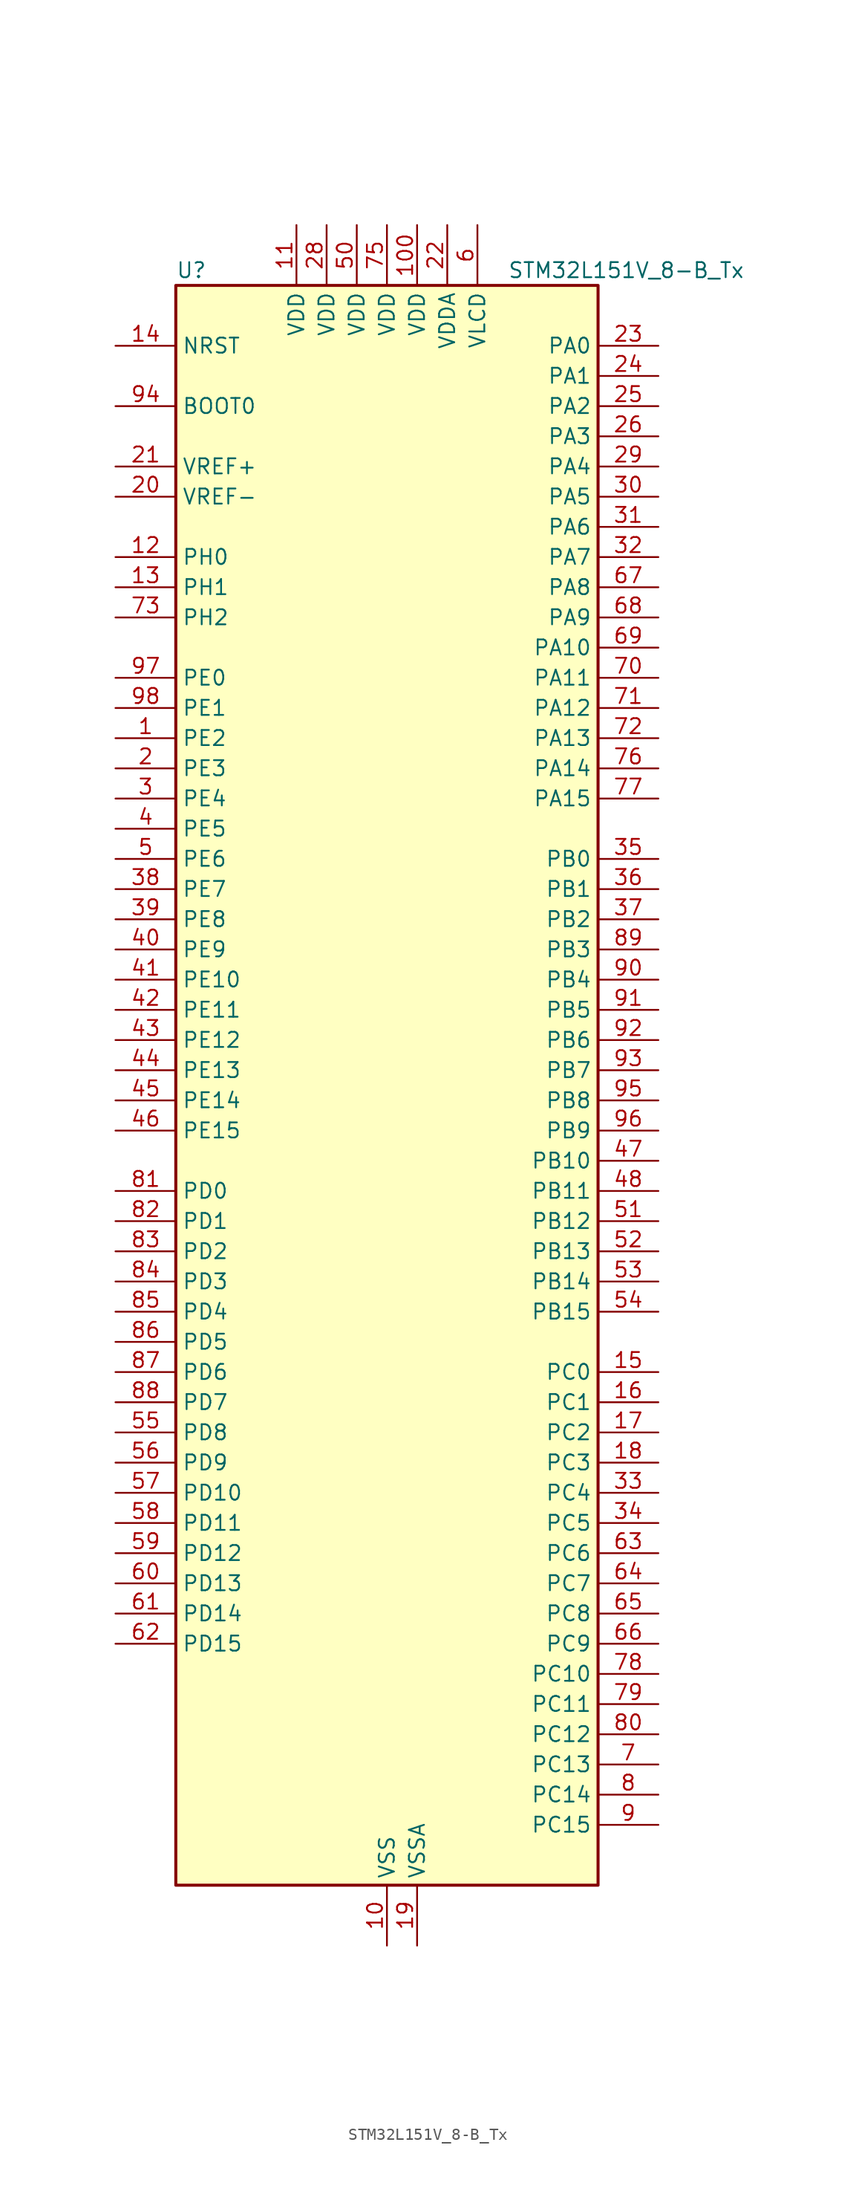
<source format=kicad_sym>
(kicad_symbol_lib
  (version 20241209)
  (generator "kicad_symbol_editor")
  (generator_version "9.0")
  (symbol "STM32L151V_8-B_Tx"
    (property "Reference" "U"
      (at -17.78 69.85 0)
      (effects (font (size 1.27 1.27)) (justify left)))
    (property "Value" "STM32L151V_8-B_Tx"
      (at 10.16 69.85 0)
      (effects (font (size 1.27 1.27)) (justify left)))
    (symbol "STM32L151V_8-B_Tx_0_1"
      (rectangle (start -17.78 -66.04) (end 17.78 68.58) (stroke (width 0.254) (type default)) (fill (type background))))
    (symbol "STM32L151V_8-B_Tx_1_1"
      (pin input line (at -22.86 63.5 0) (length 5.08) (name "NRST" (effects (font (size 1.27 1.27)))) (number "14" (effects (font (size 1.27 1.27)))))
      (pin input line (at -22.86 58.42 0) (length 5.08) (name "BOOT0" (effects (font (size 1.27 1.27)))) (number "94" (effects (font (size 1.27 1.27)))))
      (pin input line (at -22.86 53.34 0) (length 5.08) (name "VREF+" (effects (font (size 1.27 1.27)))) (number "21" (effects (font (size 1.27 1.27)))))
      (pin input line (at -22.86 50.8 0) (length 5.08) (name "VREF-" (effects (font (size 1.27 1.27)))) (number "20" (effects (font (size 1.27 1.27)))))
      (pin bidirectional line (at -22.86 45.72 0) (length 5.08) (name "PH0" (effects (font (size 1.27 1.27)))) (number "12" (effects (font (size 1.27 1.27)))) (alternate "RCC_OSC_IN" bidirectional line))
      (pin bidirectional line (at -22.86 43.18 0) (length 5.08) (name "PH1" (effects (font (size 1.27 1.27)))) (number "13" (effects (font (size 1.27 1.27)))) (alternate "RCC_OSC_OUT" bidirectional line))
      (pin bidirectional line (at -22.86 40.64 0) (length 5.08) (name "PH2" (effects (font (size 1.27 1.27)))) (number "73" (effects (font (size 1.27 1.27)))))
      (pin bidirectional line (at -22.86 35.56 0) (length 5.08) (name "PE0" (effects (font (size 1.27 1.27)))) (number "97" (effects (font (size 1.27 1.27)))) (alternate "TIM10_CH1" bidirectional line) (alternate "TIM4_ETR" bidirectional line) (alternate "TIMX_IC1" bidirectional line))
      (pin bidirectional line (at -22.86 33.02 0) (length 5.08) (name "PE1" (effects (font (size 1.27 1.27)))) (number "98" (effects (font (size 1.27 1.27)))) (alternate "TIM11_CH1" bidirectional line) (alternate "TIMX_IC2" bidirectional line))
      (pin bidirectional line (at -22.86 30.48 0) (length 5.08) (name "PE2" (effects (font (size 1.27 1.27)))) (number "1" (effects (font (size 1.27 1.27)))) (alternate "SYS_TRACECK" bidirectional line) (alternate "TIM3_ETR" bidirectional line) (alternate "TIMX_IC3" bidirectional line))
      (pin bidirectional line (at -22.86 27.94 0) (length 5.08) (name "PE3" (effects (font (size 1.27 1.27)))) (number "2" (effects (font (size 1.27 1.27)))) (alternate "SYS_TRACED0" bidirectional line) (alternate "TIM3_CH1" bidirectional line) (alternate "TIMX_IC4" bidirectional line))
      (pin bidirectional line (at -22.86 25.4 0) (length 5.08) (name "PE4" (effects (font (size 1.27 1.27)))) (number "3" (effects (font (size 1.27 1.27)))) (alternate "SYS_TRACED1" bidirectional line) (alternate "TIM3_CH2" bidirectional line) (alternate "TIMX_IC1" bidirectional line))
      (pin bidirectional line (at -22.86 22.86 0) (length 5.08) (name "PE5" (effects (font (size 1.27 1.27)))) (number "4" (effects (font (size 1.27 1.27)))) (alternate "SYS_TRACED2" bidirectional line) (alternate "TIM9_CH1" bidirectional line) (alternate "TIMX_IC2" bidirectional line))
      (pin bidirectional line (at -22.86 20.32 0) (length 5.08) (name "PE6" (effects (font (size 1.27 1.27)))) (number "5" (effects (font (size 1.27 1.27)))) (alternate "SYS_TRACED3" bidirectional line) (alternate "SYS_WKUP3" bidirectional line) (alternate "TIM9_CH2" bidirectional line) (alternate "TIMX_IC3" bidirectional line))
      (pin bidirectional line (at -22.86 17.78 0) (length 5.08) (name "PE7" (effects (font (size 1.27 1.27)))) (number "38" (effects (font (size 1.27 1.27)))) (alternate "ADC_IN22" bidirectional line) (alternate "COMP1_INP" bidirectional line) (alternate "TIMX_IC4" bidirectional line))
      (pin bidirectional line (at -22.86 15.24 0) (length 5.08) (name "PE8" (effects (font (size 1.27 1.27)))) (number "39" (effects (font (size 1.27 1.27)))) (alternate "ADC_IN23" bidirectional line) (alternate "COMP1_INP" bidirectional line) (alternate "TIMX_IC1" bidirectional line))
      (pin bidirectional line (at -22.86 12.7 0) (length 5.08) (name "PE9" (effects (font (size 1.27 1.27)))) (number "40" (effects (font (size 1.27 1.27)))) (alternate "ADC_IN24" bidirectional line) (alternate "COMP1_INP" bidirectional line) (alternate "DAC_EXTI9" bidirectional line) (alternate "TIM2_CH1" bidirectional line) (alternate "TIM2_ETR" bidirectional line) (alternate "TIMX_IC2" bidirectional line))
      (pin bidirectional line (at -22.86 10.16 0) (length 5.08) (name "PE10" (effects (font (size 1.27 1.27)))) (number "41" (effects (font (size 1.27 1.27)))) (alternate "ADC_IN25" bidirectional line) (alternate "COMP1_INP" bidirectional line) (alternate "TIM2_CH2" bidirectional line) (alternate "TIMX_IC3" bidirectional line))
      (pin bidirectional line (at -22.86 7.62 0) (length 5.08) (name "PE11" (effects (font (size 1.27 1.27)))) (number "42" (effects (font (size 1.27 1.27)))) (alternate "ADC_EXTI11" bidirectional line) (alternate "TIM2_CH3" bidirectional line) (alternate "TIMX_IC4" bidirectional line))
      (pin bidirectional line (at -22.86 5.08 0) (length 5.08) (name "PE12" (effects (font (size 1.27 1.27)))) (number "43" (effects (font (size 1.27 1.27)))) (alternate "SPI1_NSS" bidirectional line) (alternate "TIM2_CH4" bidirectional line) (alternate "TIMX_IC1" bidirectional line))
      (pin bidirectional line (at -22.86 2.54 0) (length 5.08) (name "PE13" (effects (font (size 1.27 1.27)))) (number "44" (effects (font (size 1.27 1.27)))) (alternate "SPI1_SCK" bidirectional line) (alternate "TIMX_IC2" bidirectional line))
      (pin bidirectional line (at -22.86 0 0) (length 5.08) (name "PE14" (effects (font (size 1.27 1.27)))) (number "45" (effects (font (size 1.27 1.27)))) (alternate "SPI1_MISO" bidirectional line) (alternate "TIMX_IC3" bidirectional line))
      (pin bidirectional line (at -22.86 -2.54 0) (length 5.08) (name "PE15" (effects (font (size 1.27 1.27)))) (number "46" (effects (font (size 1.27 1.27)))) (alternate "ADC_EXTI15" bidirectional line) (alternate "SPI1_MOSI" bidirectional line) (alternate "TIMX_IC4" bidirectional line))
      (pin bidirectional line (at -22.86 -7.62 0) (length 5.08) (name "PD0" (effects (font (size 1.27 1.27)))) (number "81" (effects (font (size 1.27 1.27)))) (alternate "SPI2_NSS" bidirectional line) (alternate "TIM9_CH1" bidirectional line) (alternate "TIMX_IC1" bidirectional line))
      (pin bidirectional line (at -22.86 -10.16 0) (length 5.08) (name "PD1" (effects (font (size 1.27 1.27)))) (number "82" (effects (font (size 1.27 1.27)))) (alternate "SPI2_SCK" bidirectional line) (alternate "TIMX_IC2" bidirectional line))
      (pin bidirectional line (at -22.86 -12.7 0) (length 5.08) (name "PD2" (effects (font (size 1.27 1.27)))) (number "83" (effects (font (size 1.27 1.27)))) (alternate "TIM3_ETR" bidirectional line) (alternate "TIMX_IC3" bidirectional line))
      (pin bidirectional line (at -22.86 -15.24 0) (length 5.08) (name "PD3" (effects (font (size 1.27 1.27)))) (number "84" (effects (font (size 1.27 1.27)))) (alternate "SPI2_MISO" bidirectional line) (alternate "TIMX_IC4" bidirectional line) (alternate "USART2_CTS" bidirectional line))
      (pin bidirectional line (at -22.86 -17.78 0) (length 5.08) (name "PD4" (effects (font (size 1.27 1.27)))) (number "85" (effects (font (size 1.27 1.27)))) (alternate "SPI2_MOSI" bidirectional line) (alternate "TIMX_IC1" bidirectional line) (alternate "USART2_RTS" bidirectional line))
      (pin bidirectional line (at -22.86 -20.32 0) (length 5.08) (name "PD5" (effects (font (size 1.27 1.27)))) (number "86" (effects (font (size 1.27 1.27)))) (alternate "TIMX_IC2" bidirectional line) (alternate "USART2_TX" bidirectional line))
      (pin bidirectional line (at -22.86 -22.86 0) (length 5.08) (name "PD6" (effects (font (size 1.27 1.27)))) (number "87" (effects (font (size 1.27 1.27)))) (alternate "TIMX_IC3" bidirectional line) (alternate "USART2_RX" bidirectional line))
      (pin bidirectional line (at -22.86 -25.4 0) (length 5.08) (name "PD7" (effects (font (size 1.27 1.27)))) (number "88" (effects (font (size 1.27 1.27)))) (alternate "TIM9_CH2" bidirectional line) (alternate "TIMX_IC4" bidirectional line) (alternate "USART2_CK" bidirectional line))
      (pin bidirectional line (at -22.86 -27.94 0) (length 5.08) (name "PD8" (effects (font (size 1.27 1.27)))) (number "55" (effects (font (size 1.27 1.27)))) (alternate "TIMX_IC1" bidirectional line) (alternate "USART3_TX" bidirectional line))
      (pin bidirectional line (at -22.86 -30.48 0) (length 5.08) (name "PD9" (effects (font (size 1.27 1.27)))) (number "56" (effects (font (size 1.27 1.27)))) (alternate "DAC_EXTI9" bidirectional line) (alternate "TIMX_IC2" bidirectional line) (alternate "USART3_RX" bidirectional line))
      (pin bidirectional line (at -22.86 -33.02 0) (length 5.08) (name "PD10" (effects (font (size 1.27 1.27)))) (number "57" (effects (font (size 1.27 1.27)))) (alternate "TIMX_IC3" bidirectional line) (alternate "USART3_CK" bidirectional line))
      (pin bidirectional line (at -22.86 -35.56 0) (length 5.08) (name "PD11" (effects (font (size 1.27 1.27)))) (number "58" (effects (font (size 1.27 1.27)))) (alternate "ADC_EXTI11" bidirectional line) (alternate "TIMX_IC4" bidirectional line) (alternate "USART3_CTS" bidirectional line))
      (pin bidirectional line (at -22.86 -38.1 0) (length 5.08) (name "PD12" (effects (font (size 1.27 1.27)))) (number "59" (effects (font (size 1.27 1.27)))) (alternate "TIM4_CH1" bidirectional line) (alternate "TIMX_IC1" bidirectional line) (alternate "USART3_RTS" bidirectional line))
      (pin bidirectional line (at -22.86 -40.64 0) (length 5.08) (name "PD13" (effects (font (size 1.27 1.27)))) (number "60" (effects (font (size 1.27 1.27)))) (alternate "TIM4_CH2" bidirectional line) (alternate "TIMX_IC2" bidirectional line))
      (pin bidirectional line (at -22.86 -43.18 0) (length 5.08) (name "PD14" (effects (font (size 1.27 1.27)))) (number "61" (effects (font (size 1.27 1.27)))) (alternate "TIM4_CH3" bidirectional line) (alternate "TIMX_IC3" bidirectional line))
      (pin bidirectional line (at -22.86 -45.72 0) (length 5.08) (name "PD15" (effects (font (size 1.27 1.27)))) (number "62" (effects (font (size 1.27 1.27)))) (alternate "ADC_EXTI15" bidirectional line) (alternate "TIM4_CH4" bidirectional line) (alternate "TIMX_IC4" bidirectional line))
      (pin power_in line (at -7.62 73.66 270) (length 5.08) (name "VDD" (effects (font (size 1.27 1.27)))) (number "11" (effects (font (size 1.27 1.27)))))
      (pin power_in line (at -5.08 73.66 270) (length 5.08) (name "VDD" (effects (font (size 1.27 1.27)))) (number "28" (effects (font (size 1.27 1.27)))))
      (pin power_in line (at -2.54 73.66 270) (length 5.08) (name "VDD" (effects (font (size 1.27 1.27)))) (number "50" (effects (font (size 1.27 1.27)))))
      (pin power_in line (at 0 73.66 270) (length 5.08) (name "VDD" (effects (font (size 1.27 1.27)))) (number "75" (effects (font (size 1.27 1.27)))))
      (pin power_in line (at 0 -71.12 90) (length 5.08) (name "VSS" (effects (font (size 1.27 1.27)))) (number "10" (effects (font (size 1.27 1.27)))))
      (pin passive line (at 0 -71.12 90) (length 5.08) (hide yes) (name "VSS" (effects (font (size 1.27 1.27)))) (number "27" (effects (font (size 1.27 1.27)))))
      (pin passive line (at 0 -71.12 90) (length 5.08) (hide yes) (name "VSS" (effects (font (size 1.27 1.27)))) (number "49" (effects (font (size 1.27 1.27)))))
      (pin passive line (at 0 -71.12 90) (length 5.08) (hide yes) (name "VSS" (effects (font (size 1.27 1.27)))) (number "74" (effects (font (size 1.27 1.27)))))
      (pin passive line (at 0 -71.12 90) (length 5.08) (hide yes) (name "VSS" (effects (font (size 1.27 1.27)))) (number "99" (effects (font (size 1.27 1.27)))))
      (pin power_in line (at 2.54 73.66 270) (length 5.08) (name "VDD" (effects (font (size 1.27 1.27)))) (number "100" (effects (font (size 1.27 1.27)))))
      (pin power_in line (at 2.54 -71.12 90) (length 5.08) (name "VSSA" (effects (font (size 1.27 1.27)))) (number "19" (effects (font (size 1.27 1.27)))))
      (pin power_in line (at 5.08 73.66 270) (length 5.08) (name "VDDA" (effects (font (size 1.27 1.27)))) (number "22" (effects (font (size 1.27 1.27)))))
      (pin power_in line (at 7.62 73.66 270) (length 5.08) (name "VLCD" (effects (font (size 1.27 1.27)))) (number "6" (effects (font (size 1.27 1.27)))))
      (pin bidirectional line (at 22.86 63.5 180) (length 5.08) (name "PA0" (effects (font (size 1.27 1.27)))) (number "23" (effects (font (size 1.27 1.27)))) (alternate "ADC_IN0" bidirectional line) (alternate "COMP1_INP" bidirectional line) (alternate "SYS_WKUP1" bidirectional line) (alternate "TIM2_CH1" bidirectional line) (alternate "TIM2_ETR" bidirectional line) (alternate "TIMX_IC1" bidirectional line) (alternate "TS_G1_IO1" bidirectional line) (alternate "USART2_CTS" bidirectional line))
      (pin bidirectional line (at 22.86 60.96 180) (length 5.08) (name "PA1" (effects (font (size 1.27 1.27)))) (number "24" (effects (font (size 1.27 1.27)))) (alternate "ADC_IN1" bidirectional line) (alternate "COMP1_INP" bidirectional line) (alternate "TIM2_CH2" bidirectional line) (alternate "TIMX_IC2" bidirectional line) (alternate "TS_G1_IO2" bidirectional line) (alternate "USART2_RTS" bidirectional line))
      (pin bidirectional line (at 22.86 58.42 180) (length 5.08) (name "PA2" (effects (font (size 1.27 1.27)))) (number "25" (effects (font (size 1.27 1.27)))) (alternate "ADC_IN2" bidirectional line) (alternate "COMP1_INP" bidirectional line) (alternate "TIM2_CH3" bidirectional line) (alternate "TIM9_CH1" bidirectional line) (alternate "TIMX_IC3" bidirectional line) (alternate "TS_G1_IO3" bidirectional line) (alternate "USART2_TX" bidirectional line))
      (pin bidirectional line (at 22.86 55.88 180) (length 5.08) (name "PA3" (effects (font (size 1.27 1.27)))) (number "26" (effects (font (size 1.27 1.27)))) (alternate "ADC_IN3" bidirectional line) (alternate "COMP1_INP" bidirectional line) (alternate "TIM2_CH4" bidirectional line) (alternate "TIM9_CH2" bidirectional line) (alternate "TIMX_IC4" bidirectional line) (alternate "TS_G1_IO4" bidirectional line) (alternate "USART2_RX" bidirectional line))
      (pin bidirectional line (at 22.86 53.34 180) (length 5.08) (name "PA4" (effects (font (size 1.27 1.27)))) (number "29" (effects (font (size 1.27 1.27)))) (alternate "ADC_IN4" bidirectional line) (alternate "COMP1_INP" bidirectional line) (alternate "DAC_OUT1" bidirectional line) (alternate "SPI1_NSS" bidirectional line) (alternate "TIMX_IC1" bidirectional line) (alternate "USART2_CK" bidirectional line))
      (pin bidirectional line (at 22.86 50.8 180) (length 5.08) (name "PA5" (effects (font (size 1.27 1.27)))) (number "30" (effects (font (size 1.27 1.27)))) (alternate "ADC_IN5" bidirectional line) (alternate "COMP1_INP" bidirectional line) (alternate "DAC_OUT2" bidirectional line) (alternate "SPI1_SCK" bidirectional line) (alternate "TIM2_CH1" bidirectional line) (alternate "TIM2_ETR" bidirectional line) (alternate "TIMX_IC2" bidirectional line))
      (pin bidirectional line (at 22.86 48.26 180) (length 5.08) (name "PA6" (effects (font (size 1.27 1.27)))) (number "31" (effects (font (size 1.27 1.27)))) (alternate "ADC_IN6" bidirectional line) (alternate "COMP1_INP" bidirectional line) (alternate "SPI1_MISO" bidirectional line) (alternate "TIM10_CH1" bidirectional line) (alternate "TIM3_CH1" bidirectional line) (alternate "TIMX_IC3" bidirectional line) (alternate "TS_G2_IO1" bidirectional line))
      (pin bidirectional line (at 22.86 45.72 180) (length 5.08) (name "PA7" (effects (font (size 1.27 1.27)))) (number "32" (effects (font (size 1.27 1.27)))) (alternate "ADC_IN7" bidirectional line) (alternate "COMP1_INP" bidirectional line) (alternate "SPI1_MOSI" bidirectional line) (alternate "TIM11_CH1" bidirectional line) (alternate "TIM3_CH2" bidirectional line) (alternate "TIMX_IC4" bidirectional line) (alternate "TS_G2_IO2" bidirectional line))
      (pin bidirectional line (at 22.86 43.18 180) (length 5.08) (name "PA8" (effects (font (size 1.27 1.27)))) (number "67" (effects (font (size 1.27 1.27)))) (alternate "RCC_MCO" bidirectional line) (alternate "TIMX_IC1" bidirectional line) (alternate "TS_G4_IO1" bidirectional line) (alternate "USART1_CK" bidirectional line))
      (pin bidirectional line (at 22.86 40.64 180) (length 5.08) (name "PA9" (effects (font (size 1.27 1.27)))) (number "68" (effects (font (size 1.27 1.27)))) (alternate "DAC_EXTI9" bidirectional line) (alternate "TIMX_IC2" bidirectional line) (alternate "TS_G4_IO2" bidirectional line) (alternate "USART1_TX" bidirectional line))
      (pin bidirectional line (at 22.86 38.1 180) (length 5.08) (name "PA10" (effects (font (size 1.27 1.27)))) (number "69" (effects (font (size 1.27 1.27)))) (alternate "TIMX_IC3" bidirectional line) (alternate "TS_G4_IO3" bidirectional line) (alternate "USART1_RX" bidirectional line))
      (pin bidirectional line (at 22.86 35.56 180) (length 5.08) (name "PA11" (effects (font (size 1.27 1.27)))) (number "70" (effects (font (size 1.27 1.27)))) (alternate "ADC_EXTI11" bidirectional line) (alternate "SPI1_MISO" bidirectional line) (alternate "TIMX_IC4" bidirectional line) (alternate "USART1_CTS" bidirectional line) (alternate "USB_DM" bidirectional line))
      (pin bidirectional line (at 22.86 33.02 180) (length 5.08) (name "PA12" (effects (font (size 1.27 1.27)))) (number "71" (effects (font (size 1.27 1.27)))) (alternate "SPI1_MOSI" bidirectional line) (alternate "TIMX_IC1" bidirectional line) (alternate "USART1_RTS" bidirectional line) (alternate "USB_DP" bidirectional line))
      (pin bidirectional line (at 22.86 30.48 180) (length 5.08) (name "PA13" (effects (font (size 1.27 1.27)))) (number "72" (effects (font (size 1.27 1.27)))) (alternate "SYS_JTMS-SWDIO" bidirectional line) (alternate "TIMX_IC2" bidirectional line) (alternate "TS_G5_IO1" bidirectional line))
      (pin bidirectional line (at 22.86 27.94 180) (length 5.08) (name "PA14" (effects (font (size 1.27 1.27)))) (number "76" (effects (font (size 1.27 1.27)))) (alternate "SYS_JTCK-SWCLK" bidirectional line) (alternate "TIMX_IC3" bidirectional line) (alternate "TS_G5_IO2" bidirectional line))
      (pin bidirectional line (at 22.86 25.4 180) (length 5.08) (name "PA15" (effects (font (size 1.27 1.27)))) (number "77" (effects (font (size 1.27 1.27)))) (alternate "ADC_EXTI15" bidirectional line) (alternate "SPI1_NSS" bidirectional line) (alternate "SYS_JTDI" bidirectional line) (alternate "TIM2_CH1" bidirectional line) (alternate "TIM2_ETR" bidirectional line) (alternate "TIMX_IC4" bidirectional line) (alternate "TS_G5_IO3" bidirectional line))
      (pin bidirectional line (at 22.86 20.32 180) (length 5.08) (name "PB0" (effects (font (size 1.27 1.27)))) (number "35" (effects (font (size 1.27 1.27)))) (alternate "ADC_IN8" bidirectional line) (alternate "COMP1_INP" bidirectional line) (alternate "SYS_V_REF_OUT" bidirectional line) (alternate "TIM3_CH3" bidirectional line) (alternate "TS_G3_IO1" bidirectional line))
      (pin bidirectional line (at 22.86 17.78 180) (length 5.08) (name "PB1" (effects (font (size 1.27 1.27)))) (number "36" (effects (font (size 1.27 1.27)))) (alternate "ADC_IN9" bidirectional line) (alternate "COMP1_INP" bidirectional line) (alternate "SYS_V_REF_OUT" bidirectional line) (alternate "TIM3_CH4" bidirectional line) (alternate "TS_G3_IO2" bidirectional line))
      (pin bidirectional line (at 22.86 15.24 180) (length 5.08) (name "PB2" (effects (font (size 1.27 1.27)))) (number "37" (effects (font (size 1.27 1.27)))))
      (pin bidirectional line (at 22.86 12.7 180) (length 5.08) (name "PB3" (effects (font (size 1.27 1.27)))) (number "89" (effects (font (size 1.27 1.27)))) (alternate "COMP2_INM" bidirectional line) (alternate "SPI1_SCK" bidirectional line) (alternate "SYS_JTDO-TRACESWO" bidirectional line) (alternate "TIM2_CH2" bidirectional line))
      (pin bidirectional line (at 22.86 10.16 180) (length 5.08) (name "PB4" (effects (font (size 1.27 1.27)))) (number "90" (effects (font (size 1.27 1.27)))) (alternate "COMP2_INP" bidirectional line) (alternate "SPI1_MISO" bidirectional line) (alternate "SYS_JTRST" bidirectional line) (alternate "TIM3_CH1" bidirectional line) (alternate "TS_G6_IO1" bidirectional line))
      (pin bidirectional line (at 22.86 7.62 180) (length 5.08) (name "PB5" (effects (font (size 1.27 1.27)))) (number "91" (effects (font (size 1.27 1.27)))) (alternate "COMP2_INP" bidirectional line) (alternate "I2C1_SMBA" bidirectional line) (alternate "SPI1_MOSI" bidirectional line) (alternate "TIM3_CH2" bidirectional line) (alternate "TS_G6_IO2" bidirectional line))
      (pin bidirectional line (at 22.86 5.08 180) (length 5.08) (name "PB6" (effects (font (size 1.27 1.27)))) (number "92" (effects (font (size 1.27 1.27)))) (alternate "I2C1_SCL" bidirectional line) (alternate "TIM4_CH1" bidirectional line) (alternate "USART1_TX" bidirectional line))
      (pin bidirectional line (at 22.86 2.54 180) (length 5.08) (name "PB7" (effects (font (size 1.27 1.27)))) (number "93" (effects (font (size 1.27 1.27)))) (alternate "I2C1_SDA" bidirectional line) (alternate "SYS_PVD_IN" bidirectional line) (alternate "TIM4_CH2" bidirectional line) (alternate "USART1_RX" bidirectional line))
      (pin bidirectional line (at 22.86 0 180) (length 5.08) (name "PB8" (effects (font (size 1.27 1.27)))) (number "95" (effects (font (size 1.27 1.27)))) (alternate "I2C1_SCL" bidirectional line) (alternate "TIM10_CH1" bidirectional line) (alternate "TIM4_CH3" bidirectional line))
      (pin bidirectional line (at 22.86 -2.54 180) (length 5.08) (name "PB9" (effects (font (size 1.27 1.27)))) (number "96" (effects (font (size 1.27 1.27)))) (alternate "DAC_EXTI9" bidirectional line) (alternate "I2C1_SDA" bidirectional line) (alternate "TIM11_CH1" bidirectional line) (alternate "TIM4_CH4" bidirectional line))
      (pin bidirectional line (at 22.86 -5.08 180) (length 5.08) (name "PB10" (effects (font (size 1.27 1.27)))) (number "47" (effects (font (size 1.27 1.27)))) (alternate "I2C2_SCL" bidirectional line) (alternate "TIM2_CH3" bidirectional line) (alternate "USART3_TX" bidirectional line))
      (pin bidirectional line (at 22.86 -7.62 180) (length 5.08) (name "PB11" (effects (font (size 1.27 1.27)))) (number "48" (effects (font (size 1.27 1.27)))) (alternate "ADC_EXTI11" bidirectional line) (alternate "I2C2_SDA" bidirectional line) (alternate "TIM2_CH4" bidirectional line) (alternate "USART3_RX" bidirectional line))
      (pin bidirectional line (at 22.86 -10.16 180) (length 5.08) (name "PB12" (effects (font (size 1.27 1.27)))) (number "51" (effects (font (size 1.27 1.27)))) (alternate "ADC_IN18" bidirectional line) (alternate "COMP1_INP" bidirectional line) (alternate "I2C2_SMBA" bidirectional line) (alternate "SPI2_NSS" bidirectional line) (alternate "TIM10_CH1" bidirectional line) (alternate "TS_G7_IO1" bidirectional line) (alternate "USART3_CK" bidirectional line))
      (pin bidirectional line (at 22.86 -12.7 180) (length 5.08) (name "PB13" (effects (font (size 1.27 1.27)))) (number "52" (effects (font (size 1.27 1.27)))) (alternate "ADC_IN19" bidirectional line) (alternate "COMP1_INP" bidirectional line) (alternate "SPI2_SCK" bidirectional line) (alternate "TIM9_CH1" bidirectional line) (alternate "TS_G7_IO2" bidirectional line) (alternate "USART3_CTS" bidirectional line))
      (pin bidirectional line (at 22.86 -15.24 180) (length 5.08) (name "PB14" (effects (font (size 1.27 1.27)))) (number "53" (effects (font (size 1.27 1.27)))) (alternate "ADC_IN20" bidirectional line) (alternate "COMP1_INP" bidirectional line) (alternate "SPI2_MISO" bidirectional line) (alternate "TIM9_CH2" bidirectional line) (alternate "TS_G7_IO3" bidirectional line) (alternate "USART3_RTS" bidirectional line))
      (pin bidirectional line (at 22.86 -17.78 180) (length 5.08) (name "PB15" (effects (font (size 1.27 1.27)))) (number "54" (effects (font (size 1.27 1.27)))) (alternate "ADC_EXTI15" bidirectional line) (alternate "ADC_IN21" bidirectional line) (alternate "COMP1_INP" bidirectional line) (alternate "RTC_REFIN" bidirectional line) (alternate "SPI2_MOSI" bidirectional line) (alternate "TIM11_CH1" bidirectional line) (alternate "TS_G7_IO4" bidirectional line))
      (pin bidirectional line (at 22.86 -22.86 180) (length 5.08) (name "PC0" (effects (font (size 1.27 1.27)))) (number "15" (effects (font (size 1.27 1.27)))) (alternate "ADC_IN10" bidirectional line) (alternate "COMP1_INP" bidirectional line) (alternate "TIMX_IC1" bidirectional line) (alternate "TS_G8_IO1" bidirectional line))
      (pin bidirectional line (at 22.86 -25.4 180) (length 5.08) (name "PC1" (effects (font (size 1.27 1.27)))) (number "16" (effects (font (size 1.27 1.27)))) (alternate "ADC_IN11" bidirectional line) (alternate "COMP1_INP" bidirectional line) (alternate "TIMX_IC2" bidirectional line) (alternate "TS_G8_IO2" bidirectional line))
      (pin bidirectional line (at 22.86 -27.94 180) (length 5.08) (name "PC2" (effects (font (size 1.27 1.27)))) (number "17" (effects (font (size 1.27 1.27)))) (alternate "ADC_IN12" bidirectional line) (alternate "COMP1_INP" bidirectional line) (alternate "TIMX_IC3" bidirectional line) (alternate "TS_G8_IO3" bidirectional line))
      (pin bidirectional line (at 22.86 -30.48 180) (length 5.08) (name "PC3" (effects (font (size 1.27 1.27)))) (number "18" (effects (font (size 1.27 1.27)))) (alternate "ADC_IN13" bidirectional line) (alternate "COMP1_INP" bidirectional line) (alternate "TIMX_IC4" bidirectional line) (alternate "TS_G8_IO4" bidirectional line))
      (pin bidirectional line (at 22.86 -33.02 180) (length 5.08) (name "PC4" (effects (font (size 1.27 1.27)))) (number "33" (effects (font (size 1.27 1.27)))) (alternate "ADC_IN14" bidirectional line) (alternate "COMP1_INP" bidirectional line) (alternate "TIMX_IC1" bidirectional line) (alternate "TS_G9_IO1" bidirectional line))
      (pin bidirectional line (at 22.86 -35.56 180) (length 5.08) (name "PC5" (effects (font (size 1.27 1.27)))) (number "34" (effects (font (size 1.27 1.27)))) (alternate "ADC_IN15" bidirectional line) (alternate "COMP1_INP" bidirectional line) (alternate "TIMX_IC2" bidirectional line) (alternate "TS_G9_IO2" bidirectional line))
      (pin bidirectional line (at 22.86 -38.1 180) (length 5.08) (name "PC6" (effects (font (size 1.27 1.27)))) (number "63" (effects (font (size 1.27 1.27)))) (alternate "TIM3_CH1" bidirectional line) (alternate "TIMX_IC3" bidirectional line) (alternate "TS_G10_IO1" bidirectional line))
      (pin bidirectional line (at 22.86 -40.64 180) (length 5.08) (name "PC7" (effects (font (size 1.27 1.27)))) (number "64" (effects (font (size 1.27 1.27)))) (alternate "TIM3_CH2" bidirectional line) (alternate "TIMX_IC4" bidirectional line) (alternate "TS_G10_IO2" bidirectional line))
      (pin bidirectional line (at 22.86 -43.18 180) (length 5.08) (name "PC8" (effects (font (size 1.27 1.27)))) (number "65" (effects (font (size 1.27 1.27)))) (alternate "TIM3_CH3" bidirectional line) (alternate "TIMX_IC1" bidirectional line) (alternate "TS_G10_IO3" bidirectional line))
      (pin bidirectional line (at 22.86 -45.72 180) (length 5.08) (name "PC9" (effects (font (size 1.27 1.27)))) (number "66" (effects (font (size 1.27 1.27)))) (alternate "DAC_EXTI9" bidirectional line) (alternate "TIM3_CH4" bidirectional line) (alternate "TIMX_IC2" bidirectional line) (alternate "TS_G10_IO4" bidirectional line))
      (pin bidirectional line (at 22.86 -48.26 180) (length 5.08) (name "PC10" (effects (font (size 1.27 1.27)))) (number "78" (effects (font (size 1.27 1.27)))) (alternate "TIMX_IC3" bidirectional line) (alternate "USART3_TX" bidirectional line))
      (pin bidirectional line (at 22.86 -50.8 180) (length 5.08) (name "PC11" (effects (font (size 1.27 1.27)))) (number "79" (effects (font (size 1.27 1.27)))) (alternate "ADC_EXTI11" bidirectional line) (alternate "TIMX_IC4" bidirectional line) (alternate "USART3_RX" bidirectional line))
      (pin bidirectional line (at 22.86 -53.34 180) (length 5.08) (name "PC12" (effects (font (size 1.27 1.27)))) (number "80" (effects (font (size 1.27 1.27)))) (alternate "TIMX_IC1" bidirectional line) (alternate "USART3_CK" bidirectional line))
      (pin bidirectional line (at 22.86 -55.88 180) (length 5.08) (name "PC13" (effects (font (size 1.27 1.27)))) (number "7" (effects (font (size 1.27 1.27)))) (alternate "RTC_OUT_ALARM" bidirectional line) (alternate "RTC_OUT_CALIB" bidirectional line) (alternate "RTC_TAMP1" bidirectional line) (alternate "RTC_TS" bidirectional line) (alternate "SYS_WKUP2" bidirectional line) (alternate "TIMX_IC2" bidirectional line))
      (pin bidirectional line (at 22.86 -58.42 180) (length 5.08) (name "PC14" (effects (font (size 1.27 1.27)))) (number "8" (effects (font (size 1.27 1.27)))) (alternate "RCC_OSC32_IN" bidirectional line) (alternate "TIMX_IC3" bidirectional line))
      (pin bidirectional line (at 22.86 -60.96 180) (length 5.08) (name "PC15" (effects (font (size 1.27 1.27)))) (number "9" (effects (font (size 1.27 1.27)))) (alternate "ADC_EXTI15" bidirectional line) (alternate "RCC_OSC32_OUT" bidirectional line) (alternate "TIMX_IC4" bidirectional line)))))
</source>
